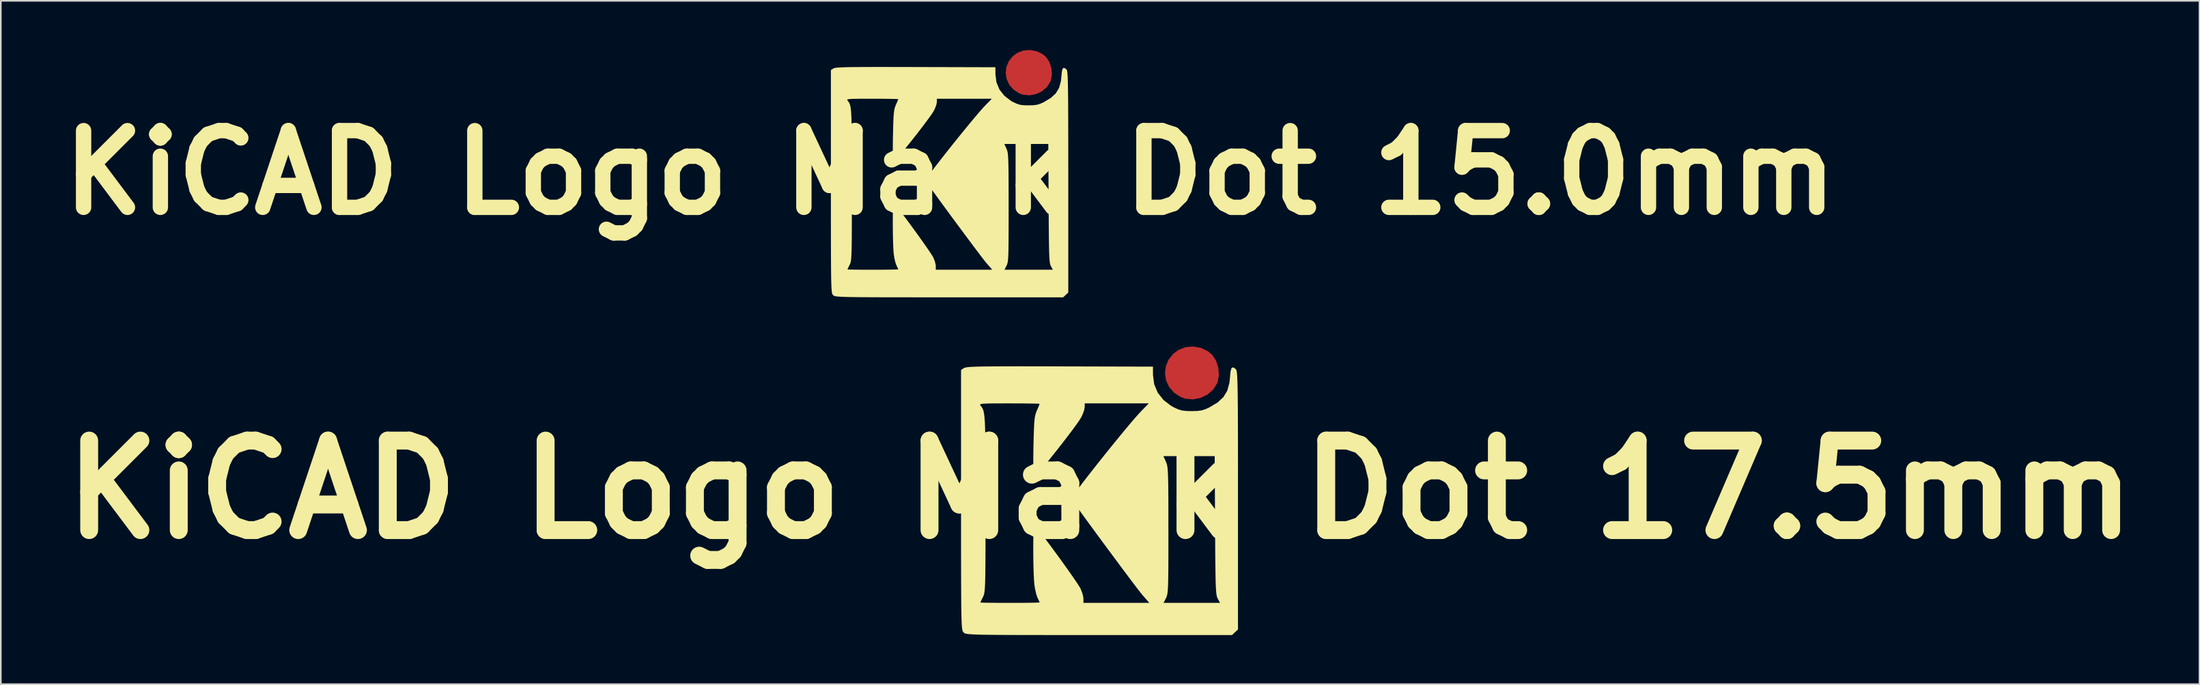
<source format=kicad_pcb>
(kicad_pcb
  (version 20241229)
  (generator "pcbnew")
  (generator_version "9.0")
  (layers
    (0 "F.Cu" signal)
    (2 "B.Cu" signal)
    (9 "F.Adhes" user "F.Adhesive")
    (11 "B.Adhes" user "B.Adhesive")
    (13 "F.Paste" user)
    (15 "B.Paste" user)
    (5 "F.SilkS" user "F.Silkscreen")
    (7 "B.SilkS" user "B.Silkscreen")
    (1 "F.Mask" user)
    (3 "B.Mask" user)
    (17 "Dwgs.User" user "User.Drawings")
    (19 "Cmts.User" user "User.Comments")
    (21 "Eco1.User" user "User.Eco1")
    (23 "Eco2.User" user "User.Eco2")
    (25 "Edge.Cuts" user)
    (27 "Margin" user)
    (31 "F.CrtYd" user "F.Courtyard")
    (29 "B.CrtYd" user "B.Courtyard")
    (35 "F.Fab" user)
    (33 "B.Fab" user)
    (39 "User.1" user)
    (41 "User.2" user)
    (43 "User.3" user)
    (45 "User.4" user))
  (footprint "KiCAD Logo Mask Dot 17.5mm"
    (layer "F.Cu")
    (at 64.092 26.854)
    (property "Reference" "KiCAD Logo Mask Dot 17.5mm" (at 0 0 180) (layer "F.SilkS") (effects (font (size 5.467 5.467) (thickness 1.092))))
    (attr board_only exclude_from_pos_files exclude_from_bom)
    (fp_poly (pts (xy 6.152 -8.655) (xy 6.576 -8.453) (xy 6.833 -8.236) (xy 7.071 -7.876) (xy 7.212 -7.439) (xy 7.246 -6.98) (xy 7.163 -6.552) (xy 7.142 -6.498) (xy 6.896 -6.106) (xy 6.546 -5.802) (xy 6.125 -5.6) (xy 5.667 -5.512) (xy 5.205 -5.552) (xy 4.93 -5.647) (xy 4.511 -5.917) (xy 4.208 -6.267) (xy 4.023 -6.671) (xy 3.955 -7.104) (xy 4.008 -7.539) (xy 4.182 -7.95) (xy 4.478 -8.312) (xy 4.779 -8.532) (xy 5.212 -8.701) (xy 5.684 -8.74)) (stroke (width 0) (type solid)) (fill yes) (layer "F.Cu"))
    (fp_poly (pts (xy 6.135 -8.66) (xy 6.559 -8.458) (xy 6.816 -8.241) (xy 7.054 -7.881) (xy 7.195 -7.444) (xy 7.229 -6.985) (xy 7.146 -6.556) (xy 7.125 -6.503) (xy 6.879 -6.11) (xy 6.529 -5.807) (xy 6.108 -5.605) (xy 5.65 -5.517) (xy 5.188 -5.557) (xy 4.913 -5.652) (xy 4.495 -5.921) (xy 4.192 -6.271) (xy 4.006 -6.676) (xy 3.939 -7.108) (xy 3.991 -7.544) (xy 4.165 -7.955) (xy 4.461 -8.316) (xy 4.762 -8.537) (xy 5.196 -8.705) (xy 5.667 -8.745)) (stroke (width 0) (type solid)) (fill yes) (layer "F.Mask"))
    (fp_poly (pts (xy -4.114 -7.53) (xy -3.101 -7.528) (xy -2.454 -7.526) (xy 3.223 -7.511) (xy 3.223 -7.015) (xy 3.297 -6.439) (xy 3.513 -5.921) (xy 3.864 -5.474) (xy 4.341 -5.11) (xy 4.498 -5.024) (xy 4.762 -4.902) (xy 4.997 -4.833) (xy 5.268 -4.802) (xy 5.581 -4.795) (xy 5.936 -4.804) (xy 6.198 -4.84) (xy 6.435 -4.916) (xy 6.674 -5.027) (xy 7.169 -5.323) (xy 7.524 -5.653) (xy 7.758 -6.042) (xy 7.888 -6.517) (xy 7.924 -6.859) (xy 7.956 -7.204) (xy 8.008 -7.404) (xy 8.089 -7.471) (xy 8.207 -7.417) (xy 8.288 -7.345) (xy 8.308 -7.312) (xy 8.326 -7.253) (xy 8.342 -7.157) (xy 8.356 -7.016) (xy 8.368 -6.821) (xy 8.378 -6.562) (xy 8.386 -6.231) (xy 8.393 -5.818) (xy 8.399 -5.315) (xy 8.403 -4.713) (xy 8.406 -4.002) (xy 8.409 -3.174) (xy 8.41 -2.22) (xy 8.411 -1.13) (xy 8.411 0.105) (xy 8.411 0.66) (xy 8.411 8.541) (xy 8.229 8.712) (xy 8.048 8.883) (xy -0.064 8.883) (xy -1.37 8.883) (xy -2.529 8.883) (xy -3.548 8.882) (xy -4.437 8.881) (xy -5.206 8.879) (xy -5.862 8.876) (xy -6.417 8.872) (xy -6.878 8.867) (xy -7.254 8.86) (xy -7.555 8.852) (xy -7.79 8.842) (xy -7.969 8.83) (xy -8.099 8.816) (xy -8.19 8.8) (xy -8.252 8.781) (xy -8.293 8.76) (xy -8.323 8.735) (xy -8.333 8.726) (xy -8.358 8.698) (xy -8.381 8.661) (xy -8.401 8.608) (xy -8.418 8.527) (xy -8.433 8.411) (xy -8.446 8.249) (xy -8.456 8.033) (xy -8.465 7.754) (xy -8.472 7.402) (xy -8.478 6.968) (xy -8.482 6.443) (xy -8.485 5.818) (xy -8.487 5.083) (xy -8.489 4.229) (xy -8.49 3.247) (xy -8.49 2.128) (xy -8.49 0.863) (xy -8.49 0.631) (xy -8.49 -5.172) (xy -7.327 -5.172) (xy -7.299 -5.129) (xy -7.241 -5.057) (xy -7.191 -4.981) (xy -7.148 -4.89) (xy -7.112 -4.773) (xy -7.083 -4.617) (xy -7.059 -4.412) (xy -7.039 -4.147) (xy -7.025 -3.809) (xy -7.014 -3.387) (xy -7.006 -2.87) (xy -7.001 -2.246) (xy -6.998 -1.505) (xy -6.997 -0.633) (xy -6.996 0.379) (xy -6.996 0.852) (xy -6.997 1.905) (xy -6.997 2.814) (xy -6.998 3.588) (xy -7.001 4.239) (xy -7.005 4.78) (xy -7.01 5.221) (xy -7.018 5.575) (xy -7.028 5.852) (xy -7.041 6.066) (xy -7.057 6.226) (xy -7.076 6.344) (xy -7.098 6.433) (xy -7.125 6.504) (xy -7.154 6.564) (xy -7.249 6.755) (xy -7.305 6.877) (xy -7.311 6.895) (xy -7.236 6.902) (xy -7.026 6.907) (xy -6.702 6.912) (xy -6.287 6.916) (xy -5.803 6.917) (xy -5.503 6.918) (xy -4.989 6.917) (xy -4.531 6.914) (xy -4.153 6.909) (xy -3.875 6.902) (xy -3.72 6.895) (xy -3.695 6.891) (xy -3.726 6.809) (xy -3.804 6.645) (xy -3.823 6.607) (xy -3.897 6.396) (xy -3.968 6.095) (xy -4.016 5.789) (xy -4.037 5.529) (xy -4.055 5.175) (xy -4.069 4.754) (xy -4.078 4.293) (xy -4.082 3.82) (xy -4.083 3.359) (xy -4.078 2.939) (xy -4.069 2.586) (xy -4.055 2.327) (xy -4.037 2.189) (xy -4.029 2.174) (xy -3.969 2.224) (xy -3.832 2.385) (xy -3.632 2.637) (xy -3.383 2.961) (xy -3.099 3.34) (xy -2.793 3.754) (xy -2.479 4.184) (xy -2.17 4.612) (xy -1.881 5.02) (xy -1.624 5.388) (xy -1.414 5.697) (xy -1.265 5.93) (xy -1.201 6.04) (xy -1.093 6.307) (xy -1.029 6.567) (xy -1.022 6.656) (xy -1.022 6.918) (xy 0.989 6.918) (xy 3.001 6.918) (xy 2.571 6.426) (xy 2.46 6.289) (xy 2.269 6.042) (xy 2.01 5.702) (xy 1.697 5.285) (xy 1.342 4.81) (xy 0.957 4.292) (xy 0.555 3.75) (xy 0.148 3.199) (xy -0.25 2.658) (xy -0.628 2.142) (xy -0.973 1.67) (xy -1.272 1.257) (xy -1.512 0.922) (xy -1.682 0.681) (xy -1.762 0.561) (xy -1.726 0.483) (xy -1.602 0.299) (xy -1.402 0.024) (xy -1.138 -0.326) (xy -0.823 -0.736) (xy -0.467 -1.192) (xy -0.084 -1.678) (xy 0.208 -2.044) (xy 3.86 -2.044) (xy 4.011 -1.71) (xy 4.046 -1.626) (xy 4.075 -1.532) (xy 4.099 -1.414) (xy 4.118 -1.256) (xy 4.133 -1.046) (xy 4.144 -0.769) (xy 4.152 -0.411) (xy 4.158 0.042) (xy 4.162 0.604) (xy 4.164 1.29) (xy 4.164 2.114) (xy 4.165 2.479) (xy 4.165 3.361) (xy 4.164 4.099) (xy 4.162 4.708) (xy 4.157 5.201) (xy 4.151 5.594) (xy 4.141 5.898) (xy 4.128 6.13) (xy 4.111 6.302) (xy 4.089 6.428) (xy 4.063 6.522) (xy 4.031 6.6) (xy 4.018 6.626) (xy 3.869 6.918) (xy 5.592 6.918) (xy 7.315 6.918) (xy 7.175 6.662) (xy 7.145 6.596) (xy 7.119 6.511) (xy 7.097 6.393) (xy 7.079 6.23) (xy 7.064 6.008) (xy 7.051 5.715) (xy 7.042 5.337) (xy 7.034 4.861) (xy 7.027 4.274) (xy 7.021 3.564) (xy 7.016 2.717) (xy 7.013 2.181) (xy 6.99 -2.044) (xy 5.425 -2.044) (xy 3.86 -2.044) (xy 0.208 -2.044) (xy 0.315 -2.178) (xy 0.718 -2.678) (xy 1.112 -3.162) (xy 1.485 -3.615) (xy 1.826 -4.023) (xy 2.121 -4.369) (xy 2.36 -4.638) (xy 2.487 -4.774) (xy 2.969 -5.267) (xy 1.013 -5.267) (xy -0.943 -5.267) (xy -0.943 -5.04) (xy -0.98 -4.844) (xy -1.076 -4.584) (xy -1.16 -4.41) (xy -1.269 -4.234) (xy -1.45 -3.974) (xy -1.689 -3.647) (xy -1.971 -3.273) (xy -2.281 -2.869) (xy -2.606 -2.454) (xy -2.929 -2.047) (xy -3.237 -1.666) (xy -3.515 -1.33) (xy -3.749 -1.056) (xy -3.923 -0.864) (xy -4.023 -0.772) (xy -4.04 -0.767) (xy -4.059 -0.855) (xy -4.072 -1.079) (xy -4.08 -1.418) (xy -4.081 -1.852) (xy -4.076 -2.358) (xy -4.071 -2.627) (xy -4.057 -3.22) (xy -4.042 -3.679) (xy -4.025 -4.027) (xy -4.003 -4.288) (xy -3.974 -4.484) (xy -3.935 -4.64) (xy -3.885 -4.777) (xy -3.863 -4.827) (xy -3.769 -5.046) (xy -3.708 -5.197) (xy -3.695 -5.238) (xy -3.77 -5.246) (xy -3.98 -5.253) (xy -4.305 -5.259) (xy -4.722 -5.264) (xy -5.209 -5.266) (xy -5.554 -5.267) (xy -6.141 -5.266) (xy -6.587 -5.264) (xy -6.911 -5.258) (xy -7.13 -5.247) (xy -7.26 -5.23) (xy -7.32 -5.206) (xy -7.327 -5.172) (xy -8.49 -5.172) (xy -8.49 -7.307) (xy -8.311 -7.425) (xy -8.26 -7.447) (xy -8.175 -7.467) (xy -8.045 -7.483) (xy -7.86 -7.497) (xy -7.608 -7.508) (xy -7.28 -7.517) (xy -6.864 -7.523) (xy -6.35 -7.527) (xy -5.727 -7.53) (xy -4.985 -7.531)) (stroke (width 0) (type solid)) (fill yes) (layer "F.SilkS")))
  (footprint "KiCAD Logo Mask Dot 15.0mm"
    (layer "F.Cu")
    (at 54.936 7.495)
    (property "Reference" "KiCAD Logo Mask Dot 15.0mm" (at 0 0 180) (layer "F.SilkS") (effects (font (size 4.686 4.686) (thickness 0.936))))
    (attr board_only exclude_from_pos_files exclude_from_bom)
    (fp_poly (pts (xy 5.273 -7.419) (xy 5.637 -7.246) (xy 5.857 -7.06) (xy 6.061 -6.751) (xy 6.182 -6.376) (xy 6.211 -5.983) (xy 6.14 -5.616) (xy 6.122 -5.57) (xy 5.911 -5.233) (xy 5.611 -4.973) (xy 5.25 -4.8) (xy 4.857 -4.725) (xy 4.462 -4.759) (xy 4.226 -4.84) (xy 3.867 -5.071) (xy 3.607 -5.371) (xy 3.448 -5.718) (xy 3.39 -6.089) (xy 3.435 -6.462) (xy 3.584 -6.814) (xy 3.839 -7.124) (xy 4.096 -7.313) (xy 4.468 -7.458) (xy 4.872 -7.491)) (stroke (width 0) (type solid)) (fill yes) (layer "F.Cu"))
    (fp_poly (pts (xy 5.259 -7.423) (xy 5.622 -7.25) (xy 5.842 -7.064) (xy 6.047 -6.755) (xy 6.167 -6.38) (xy 6.196 -5.987) (xy 6.126 -5.62) (xy 6.107 -5.574) (xy 5.897 -5.237) (xy 5.596 -4.977) (xy 5.236 -4.804) (xy 4.843 -4.729) (xy 4.447 -4.763) (xy 4.211 -4.844) (xy 3.852 -5.075) (xy 3.593 -5.375) (xy 3.434 -5.722) (xy 3.376 -6.093) (xy 3.421 -6.466) (xy 3.57 -6.818) (xy 3.824 -7.128) (xy 4.082 -7.317) (xy 4.453 -7.462) (xy 4.857 -7.495)) (stroke (width 0) (type solid)) (fill yes) (layer "F.Mask"))
    (fp_poly (pts (xy -3.526 -6.454) (xy -2.658 -6.453) (xy -2.104 -6.451) (xy 2.763 -6.438) (xy 2.763 -6.013) (xy 2.826 -5.519) (xy 3.011 -5.075) (xy 3.312 -4.692) (xy 3.72 -4.38) (xy 3.856 -4.306) (xy 4.082 -4.202) (xy 4.283 -4.142) (xy 4.516 -4.116) (xy 4.784 -4.11) (xy 5.088 -4.118) (xy 5.313 -4.148) (xy 5.516 -4.213) (xy 5.721 -4.309) (xy 6.145 -4.563) (xy 6.449 -4.845) (xy 6.649 -5.179) (xy 6.761 -5.586) (xy 6.792 -5.879) (xy 6.819 -6.175) (xy 6.864 -6.346) (xy 6.933 -6.404) (xy 7.035 -6.358) (xy 7.104 -6.295) (xy 7.121 -6.268) (xy 7.137 -6.217) (xy 7.15 -6.135) (xy 7.162 -6.014) (xy 7.172 -5.846) (xy 7.181 -5.624) (xy 7.188 -5.341) (xy 7.194 -4.987) (xy 7.199 -4.556) (xy 7.203 -4.04) (xy 7.205 -3.431) (xy 7.207 -2.721) (xy 7.209 -1.903) (xy 7.209 -0.968) (xy 7.21 0.09) (xy 7.21 0.566) (xy 7.21 7.321) (xy 7.054 7.468) (xy 6.898 7.614) (xy -0.055 7.614) (xy -1.175 7.614) (xy -2.167 7.614) (xy -3.041 7.613) (xy -3.803 7.612) (xy -4.462 7.611) (xy -5.025 7.608) (xy -5.5 7.605) (xy -5.895 7.6) (xy -6.218 7.595) (xy -6.476 7.588) (xy -6.678 7.579) (xy -6.83 7.569) (xy -6.942 7.557) (xy -7.02 7.543) (xy -7.073 7.527) (xy -7.109 7.508) (xy -7.134 7.487) (xy -7.142 7.479) (xy -7.164 7.455) (xy -7.184 7.424) (xy -7.201 7.378) (xy -7.216 7.309) (xy -7.228 7.209) (xy -7.239 7.071) (xy -7.248 6.886) (xy -7.256 6.646) (xy -7.262 6.345) (xy -7.267 5.973) (xy -7.27 5.523) (xy -7.273 4.987) (xy -7.275 4.357) (xy -7.276 3.625) (xy -7.277 2.783) (xy -7.277 1.824) (xy -7.277 0.74) (xy -7.277 0.541) (xy -7.277 -4.433) (xy -6.281 -4.433) (xy -6.256 -4.397) (xy -6.207 -4.335) (xy -6.164 -4.27) (xy -6.127 -4.192) (xy -6.096 -4.091) (xy -6.071 -3.958) (xy -6.05 -3.782) (xy -6.034 -3.554) (xy -6.021 -3.264) (xy -6.012 -2.903) (xy -6.005 -2.46) (xy -6.001 -1.925) (xy -5.998 -1.29) (xy -5.997 -0.543) (xy -5.997 0.325) (xy -5.997 0.73) (xy -5.997 1.633) (xy -5.998 2.412) (xy -5.999 3.075) (xy -6.001 3.634) (xy -6.004 4.097) (xy -6.009 4.475) (xy -6.015 4.778) (xy -6.024 5.016) (xy -6.035 5.199) (xy -6.048 5.336) (xy -6.065 5.438) (xy -6.084 5.514) (xy -6.107 5.575) (xy -6.132 5.626) (xy -6.213 5.79) (xy -6.261 5.894) (xy -6.266 5.91) (xy -6.202 5.916) (xy -6.022 5.921) (xy -5.745 5.925) (xy -5.389 5.928) (xy -4.974 5.929) (xy -4.717 5.93) (xy -4.276 5.929) (xy -3.884 5.926) (xy -3.559 5.922) (xy -3.321 5.916) (xy -3.188 5.91) (xy -3.167 5.906) (xy -3.194 5.837) (xy -3.261 5.695) (xy -3.277 5.663) (xy -3.341 5.482) (xy -3.401 5.225) (xy -3.442 4.962) (xy -3.461 4.739) (xy -3.476 4.436) (xy -3.487 4.075) (xy -3.495 3.68) (xy -3.499 3.274) (xy -3.499 2.879) (xy -3.496 2.519) (xy -3.488 2.217) (xy -3.476 1.995) (xy -3.46 1.876) (xy -3.453 1.863) (xy -3.402 1.907) (xy -3.284 2.044) (xy -3.113 2.26) (xy -2.9 2.538) (xy -2.656 2.863) (xy -2.394 3.218) (xy -2.125 3.586) (xy -1.86 3.953) (xy -1.612 4.303) (xy -1.392 4.618) (xy -1.212 4.883) (xy -1.084 5.083) (xy -1.029 5.178) (xy -0.937 5.406) (xy -0.882 5.629) (xy -0.876 5.705) (xy -0.876 5.93) (xy 0.848 5.93) (xy 2.572 5.93) (xy 2.203 5.508) (xy 2.108 5.391) (xy 1.944 5.179) (xy 1.723 4.887) (xy 1.455 4.53) (xy 1.15 4.123) (xy 0.82 3.679) (xy 0.475 3.214) (xy 0.127 2.742) (xy -0.215 2.278) (xy -0.539 1.836) (xy -0.834 1.431) (xy -1.09 1.078) (xy -1.296 0.79) (xy -1.442 0.584) (xy -1.51 0.481) (xy -1.48 0.414) (xy -1.373 0.256) (xy -1.202 0.021) (xy -0.976 -0.279) (xy -0.705 -0.631) (xy -0.4 -1.022) (xy -0.072 -1.438) (xy 0.179 -1.752) (xy 3.308 -1.752) (xy 3.438 -1.466) (xy 3.468 -1.394) (xy 3.493 -1.313) (xy 3.513 -1.212) (xy 3.53 -1.077) (xy 3.542 -0.897) (xy 3.552 -0.659) (xy 3.559 -0.353) (xy 3.564 0.036) (xy 3.567 0.518) (xy 3.569 1.106) (xy 3.57 1.812) (xy 3.57 2.125) (xy 3.57 2.881) (xy 3.569 3.513) (xy 3.567 4.035) (xy 3.563 4.458) (xy 3.558 4.795) (xy 3.549 5.056) (xy 3.538 5.254) (xy 3.523 5.401) (xy 3.505 5.51) (xy 3.482 5.591) (xy 3.455 5.657) (xy 3.444 5.679) (xy 3.316 5.93) (xy 4.793 5.93) (xy 6.27 5.93) (xy 6.15 5.711) (xy 6.124 5.654) (xy 6.102 5.581) (xy 6.083 5.48) (xy 6.067 5.34) (xy 6.055 5.15) (xy 6.044 4.898) (xy 6.036 4.574) (xy 6.029 4.166) (xy 6.023 3.664) (xy 6.018 3.055) (xy 6.014 2.329) (xy 6.011 1.87) (xy 5.991 -1.752) (xy 4.65 -1.752) (xy 3.308 -1.752) (xy 0.179 -1.752) (xy 0.27 -1.867) (xy 0.615 -2.295) (xy 0.953 -2.71) (xy 1.273 -3.099) (xy 1.565 -3.448) (xy 1.818 -3.745) (xy 2.023 -3.976) (xy 2.131 -4.092) (xy 2.545 -4.515) (xy 0.868 -4.515) (xy -0.809 -4.515) (xy -0.809 -4.32) (xy -0.84 -4.152) (xy -0.922 -3.929) (xy -0.994 -3.78) (xy -1.087 -3.629) (xy -1.243 -3.406) (xy -1.448 -3.126) (xy -1.689 -2.805) (xy -1.955 -2.459) (xy -2.233 -2.104) (xy -2.511 -1.755) (xy -2.775 -1.428) (xy -3.013 -1.14) (xy -3.213 -0.905) (xy -3.362 -0.741) (xy -3.449 -0.662) (xy -3.463 -0.658) (xy -3.479 -0.733) (xy -3.49 -0.925) (xy -3.497 -1.216) (xy -3.498 -1.587) (xy -3.494 -2.021) (xy -3.489 -2.252) (xy -3.477 -2.76) (xy -3.465 -3.154) (xy -3.45 -3.452) (xy -3.431 -3.675) (xy -3.406 -3.844) (xy -3.373 -3.977) (xy -3.33 -4.095) (xy -3.311 -4.138) (xy -3.23 -4.325) (xy -3.178 -4.455) (xy -3.167 -4.489) (xy -3.231 -4.496) (xy -3.412 -4.503) (xy -3.69 -4.508) (xy -4.047 -4.512) (xy -4.465 -4.514) (xy -4.761 -4.515) (xy -5.263 -4.514) (xy -5.646 -4.512) (xy -5.924 -4.507) (xy -6.111 -4.497) (xy -6.223 -4.483) (xy -6.275 -4.462) (xy -6.281 -4.433) (xy -7.277 -4.433) (xy -7.277 -6.263) (xy -7.124 -6.364) (xy -7.08 -6.383) (xy -7.007 -6.4) (xy -6.896 -6.414) (xy -6.737 -6.426) (xy -6.521 -6.435) (xy -6.24 -6.443) (xy -5.883 -6.448) (xy -5.443 -6.452) (xy -4.909 -6.454) (xy -4.273 -6.455)) (stroke (width 0) (type solid)) (fill yes) (layer "F.SilkS")))
  (gr_rect
    (start -3 -3)
    (end 131.184 38.737)
    (stroke (width 0.1) (type default))
    (fill no)
    (layer "Edge.Cuts")))
</source>
